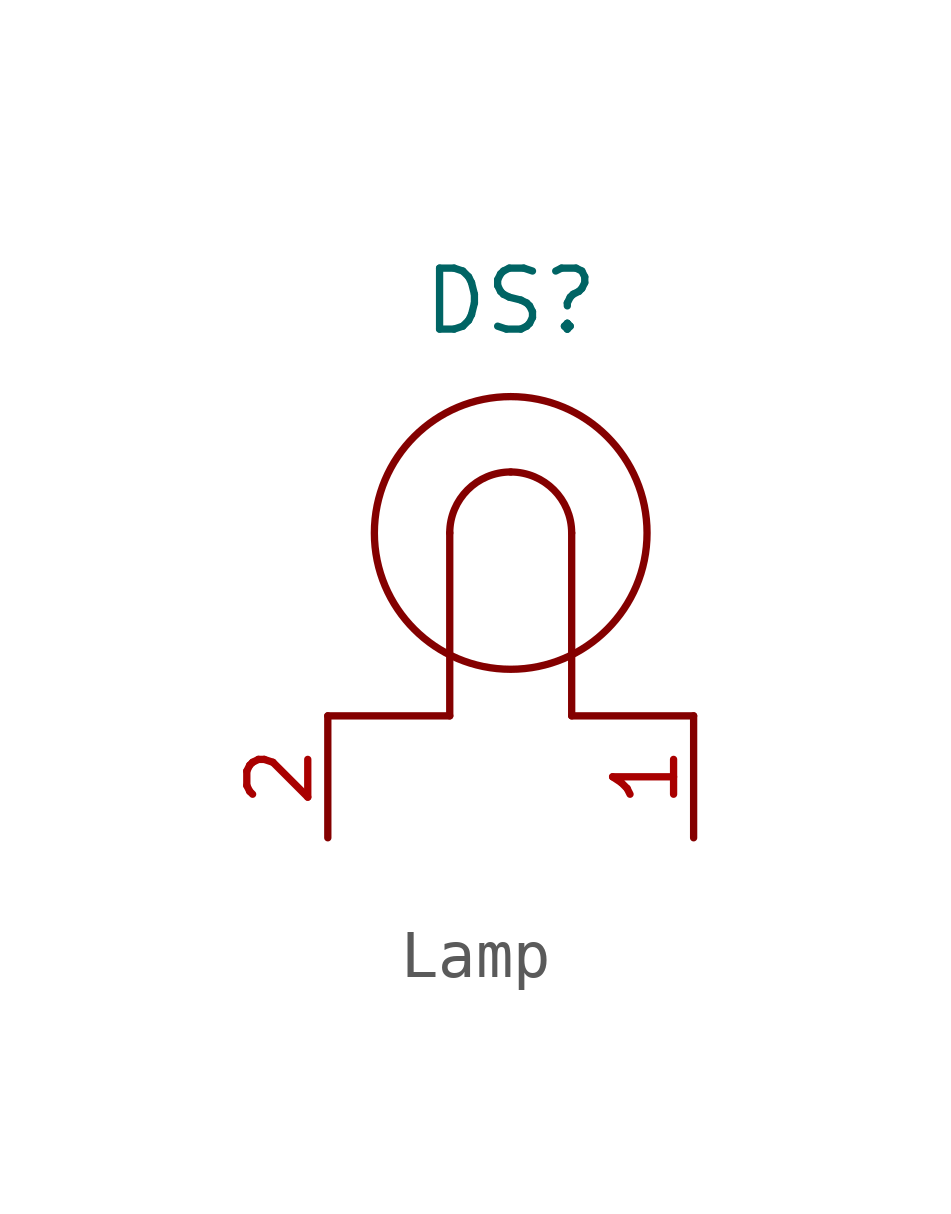
<source format=kicad_sym>
(kicad_symbol_lib
  (version 20241209)
  (generator "kicad_symbol_editor")
  (generator_version "9.0")
  (symbol "Lamp"
    (property "Reference" "DS"
      (at 0 8.636 0)
      (effects (font (size 1.27 1.27))))
    (property "Value" ""
      (at 0 0 0)
      (effects (font (size 1.27 1.27))))
    (symbol "Lamp_0_1"
      (polyline (pts (xy -1.27 3.81) (xy -1.27 0)) (stroke (width 0) (type default)) (fill (type none)))
      (polyline (pts (xy -1.27 0) (xy -3.81 0)) (stroke (width 0) (type default)) (fill (type none)))
      (arc (start 0 5.08) (mid 0.898 4.708) (end 1.27 3.81) (stroke (width 0) (type default)) (fill (type none)))
      (arc (start -1.27 3.81) (mid -0.898 4.708) (end 0 5.08) (stroke (width 0) (type default)) (fill (type none)))
      (circle (center 0 3.81) (radius 2.84) (stroke (width 0) (type default)) (fill (type none)))
      (polyline (pts (xy 1.27 3.81) (xy 1.27 0)) (stroke (width 0) (type default)) (fill (type none)))
      (polyline (pts (xy 1.27 0) (xy 2.54 0) (xy 3.81 0)) (stroke (width 0) (type default)) (fill (type none))))
    (symbol "Lamp_1_1"
      (pin input line (at -3.81 -2.54 90) (length 2.54) (name "" (effects (font (size 1.27 1.27)))) (number "2" (effects (font (size 1.27 1.27)))))
      (pin input line (at 3.81 -2.54 90) (length 2.54) (name "" (effects (font (size 1.27 1.27)))) (number "1" (effects (font (size 1.27 1.27))))))))
</source>
